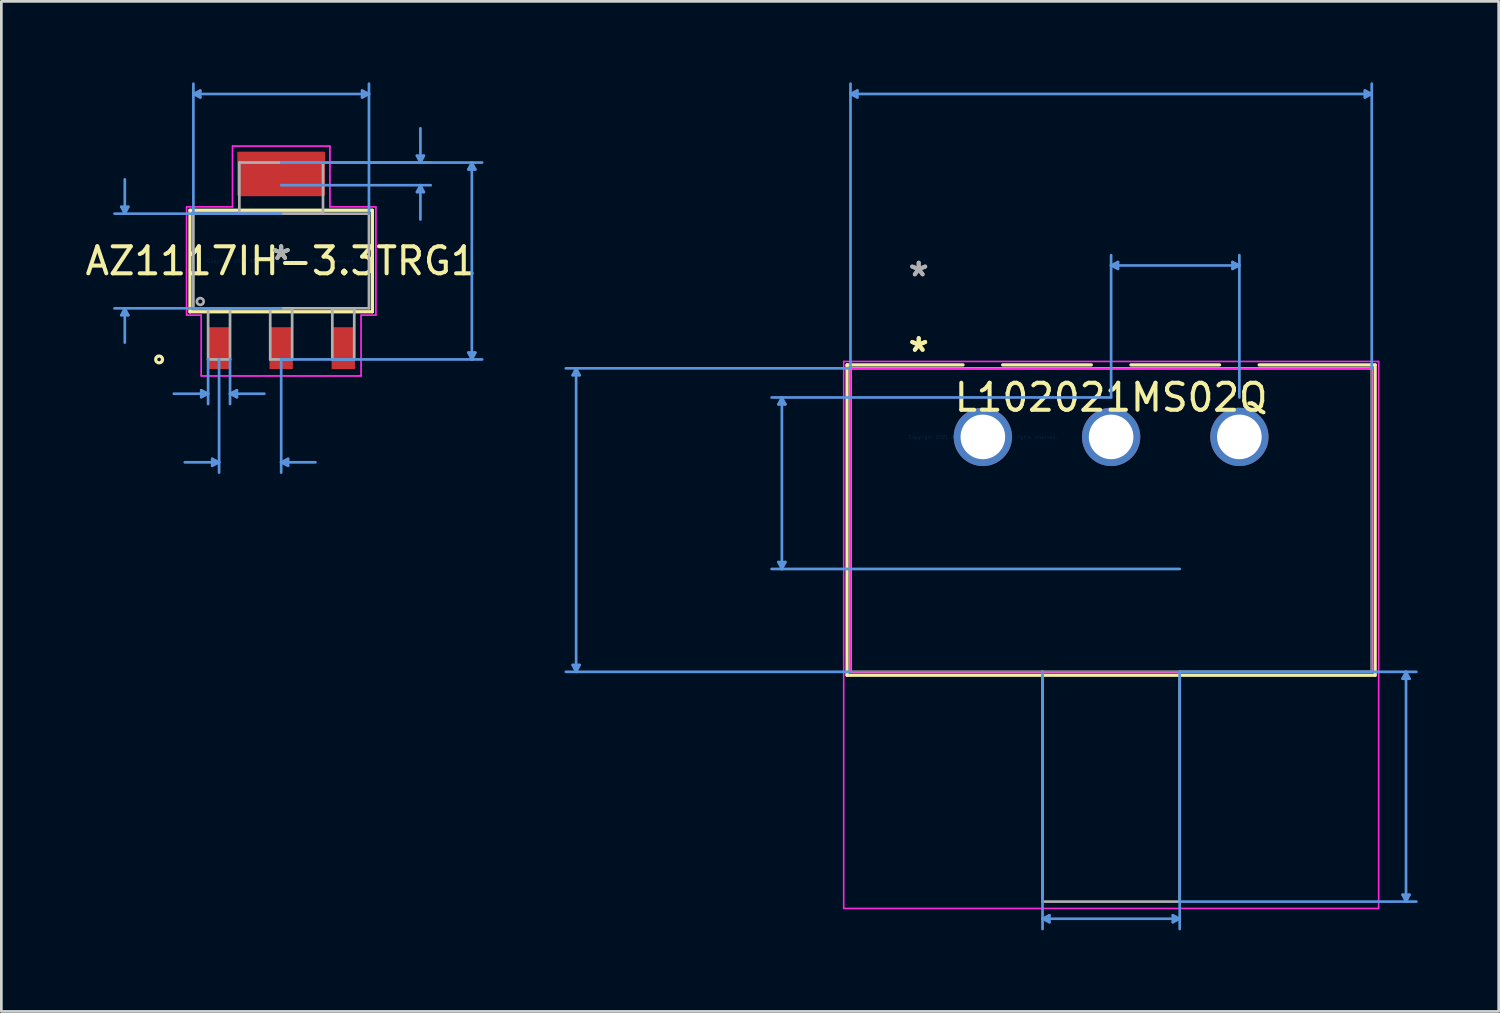
<source format=kicad_pcb>
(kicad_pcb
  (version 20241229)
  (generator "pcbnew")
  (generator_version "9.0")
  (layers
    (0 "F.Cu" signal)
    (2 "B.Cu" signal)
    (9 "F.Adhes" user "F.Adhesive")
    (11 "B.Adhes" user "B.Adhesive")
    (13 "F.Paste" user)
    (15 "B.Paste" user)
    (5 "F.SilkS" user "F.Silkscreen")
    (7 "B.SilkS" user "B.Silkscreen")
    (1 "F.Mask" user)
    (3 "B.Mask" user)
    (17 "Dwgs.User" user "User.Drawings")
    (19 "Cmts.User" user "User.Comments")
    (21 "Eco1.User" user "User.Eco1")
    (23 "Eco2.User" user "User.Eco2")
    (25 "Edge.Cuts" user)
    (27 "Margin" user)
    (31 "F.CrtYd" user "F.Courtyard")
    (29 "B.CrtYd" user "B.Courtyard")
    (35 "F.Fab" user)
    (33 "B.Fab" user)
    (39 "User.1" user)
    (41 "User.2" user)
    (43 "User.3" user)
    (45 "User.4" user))
  (footprint "AZ1117IH-3.3TRG1"
    (layer "F.Cu")
    (at 7.363 6.616)
    (property "Reference" "AZ1117IH-3.3TRG1" (at 0 0 0) (layer "F.SilkS") (effects (font (size 1 1) (thickness 0.15))))
    (attr through_hole)
    (fp_poly (pts (xy 1.575 -4) (xy -1.575 -4) (xy -1.575 -2.451) (xy 1.575 -2.451)) (stroke (width 0.1) (type solid)) (fill yes) (layer "F.Cu"))
    (fp_poly (pts (xy 1.6 -4.356) (xy -1.6 -4.356) (xy -1.6 -2.095) (xy 1.6 -2.095)) (stroke (width 0.1) (type solid)) (fill yes) (layer "F.Mask"))
    (fp_line (start -3.378 -1.88) (end -3.378 1.88) (stroke (width 0.12) (type solid)) (layer "F.SilkS"))
    (fp_line (start -3.378 1.88) (end 3.378 1.88) (stroke (width 0.12) (type solid)) (layer "F.SilkS"))
    (fp_line (start 3.378 -1.88) (end -3.378 -1.88) (stroke (width 0.12) (type solid)) (layer "F.SilkS"))
    (fp_line (start 3.378 1.88) (end 3.378 -1.88) (stroke (width 0.12) (type solid)) (layer "F.SilkS"))
    (fp_circle (center -4.521 3.645) (end -4.394 3.645) (stroke (width 0.12) (type solid)) (fill no) (layer "F.SilkS"))
    (fp_poly (pts (xy 1.575 -4) (xy -1.575 -4) (xy -1.575 -2.451) (xy 1.575 -2.451)) (stroke (width 0.1) (type solid)) (fill yes) (layer "F.Paste"))
    (fp_line (start -5.918 -2.007) (end -5.664 -2.007) (stroke (width 0.1) (type solid)) (layer "Cmts.User"))
    (fp_line (start -5.918 2.007) (end -5.664 2.007) (stroke (width 0.1) (type solid)) (layer "Cmts.User"))
    (fp_line (start -5.791 -1.753) (end -5.918 -2.007) (stroke (width 0.1) (type solid)) (layer "Cmts.User"))
    (fp_line (start -5.791 -1.753) (end -5.791 -3.023) (stroke (width 0.1) (type solid)) (layer "Cmts.User"))
    (fp_line (start -5.791 -1.753) (end -5.664 -2.007) (stroke (width 0.1) (type solid)) (layer "Cmts.User"))
    (fp_line (start -5.791 1.753) (end -5.918 2.007) (stroke (width 0.1) (type solid)) (layer "Cmts.User"))
    (fp_line (start -5.791 1.753) (end -5.791 3.023) (stroke (width 0.1) (type solid)) (layer "Cmts.User"))
    (fp_line (start -5.791 1.753) (end -5.664 2.007) (stroke (width 0.1) (type solid)) (layer "Cmts.User"))
    (fp_line (start -3.251 -6.185) (end -2.997 -6.312) (stroke (width 0.1) (type solid)) (layer "Cmts.User"))
    (fp_line (start -3.251 -6.185) (end -2.997 -6.058) (stroke (width 0.1) (type solid)) (layer "Cmts.User"))
    (fp_line (start -3.251 -6.185) (end 3.251 -6.185) (stroke (width 0.1) (type solid)) (layer "Cmts.User"))
    (fp_line (start -3.251 -1.753) (end -3.251 -6.566) (stroke (width 0.1) (type solid)) (layer "Cmts.User"))
    (fp_line (start -2.997 -6.312) (end -2.997 -6.058) (stroke (width 0.1) (type solid)) (layer "Cmts.User"))
    (fp_line (start -2.96 4.788) (end -2.96 5.042) (stroke (width 0.1) (type solid)) (layer "Cmts.User"))
    (fp_line (start -2.706 3.645) (end -2.706 5.296) (stroke (width 0.1) (type solid)) (layer "Cmts.User"))
    (fp_line (start -2.706 4.915) (end -3.976 4.915) (stroke (width 0.1) (type solid)) (layer "Cmts.User"))
    (fp_line (start -2.706 4.915) (end -2.96 4.788) (stroke (width 0.1) (type solid)) (layer "Cmts.User"))
    (fp_line (start -2.706 4.915) (end -2.96 5.042) (stroke (width 0.1) (type solid)) (layer "Cmts.User"))
    (fp_line (start -2.554 7.328) (end -2.554 7.582) (stroke (width 0.1) (type solid)) (layer "Cmts.User"))
    (fp_line (start -2.3 3.645) (end -2.3 7.836) (stroke (width 0.1) (type solid)) (layer "Cmts.User"))
    (fp_line (start -2.3 7.455) (end -3.57 7.455) (stroke (width 0.1) (type solid)) (layer "Cmts.User"))
    (fp_line (start -2.3 7.455) (end -2.554 7.328) (stroke (width 0.1) (type solid)) (layer "Cmts.User"))
    (fp_line (start -2.3 7.455) (end -2.554 7.582) (stroke (width 0.1) (type solid)) (layer "Cmts.User"))
    (fp_line (start -1.894 3.645) (end -1.894 5.296) (stroke (width 0.1) (type solid)) (layer "Cmts.User"))
    (fp_line (start -1.894 4.915) (end -1.64 4.788) (stroke (width 0.1) (type solid)) (layer "Cmts.User"))
    (fp_line (start -1.894 4.915) (end -1.64 5.042) (stroke (width 0.1) (type solid)) (layer "Cmts.User"))
    (fp_line (start -1.894 4.915) (end -0.624 4.915) (stroke (width 0.1) (type solid)) (layer "Cmts.User"))
    (fp_line (start -1.64 4.788) (end -1.64 5.042) (stroke (width 0.1) (type solid)) (layer "Cmts.User"))
    (fp_line (start 0 -3.645) (end 5.537 -3.645) (stroke (width 0.1) (type solid)) (layer "Cmts.User"))
    (fp_line (start 0 -3.645) (end 7.442 -3.645) (stroke (width 0.1) (type solid)) (layer "Cmts.User"))
    (fp_line (start 0 -2.807) (end 5.537 -2.807) (stroke (width 0.1) (type solid)) (layer "Cmts.User"))
    (fp_line (start 0 -1.753) (end -6.172 -1.753) (stroke (width 0.1) (type solid)) (layer "Cmts.User"))
    (fp_line (start 0 1.753) (end -6.172 1.753) (stroke (width 0.1) (type solid)) (layer "Cmts.User"))
    (fp_line (start 0 3.645) (end 0 7.836) (stroke (width 0.1) (type solid)) (layer "Cmts.User"))
    (fp_line (start 0 3.645) (end 7.442 3.645) (stroke (width 0.1) (type solid)) (layer "Cmts.User"))
    (fp_line (start 0 7.455) (end 0.254 7.328) (stroke (width 0.1) (type solid)) (layer "Cmts.User"))
    (fp_line (start 0 7.455) (end 0.254 7.582) (stroke (width 0.1) (type solid)) (layer "Cmts.User"))
    (fp_line (start 0 7.455) (end 1.27 7.455) (stroke (width 0.1) (type solid)) (layer "Cmts.User"))
    (fp_line (start 0.254 7.328) (end 0.254 7.582) (stroke (width 0.1) (type solid)) (layer "Cmts.User"))
    (fp_line (start 2.997 -6.312) (end 2.997 -6.058) (stroke (width 0.1) (type solid)) (layer "Cmts.User"))
    (fp_line (start 3.251 -6.185) (end 2.997 -6.312) (stroke (width 0.1) (type solid)) (layer "Cmts.User"))
    (fp_line (start 3.251 -6.185) (end 2.997 -6.058) (stroke (width 0.1) (type solid)) (layer "Cmts.User"))
    (fp_line (start 3.251 -1.753) (end 3.251 -6.566) (stroke (width 0.1) (type solid)) (layer "Cmts.User"))
    (fp_line (start 5.029 -3.899) (end 5.283 -3.899) (stroke (width 0.1) (type solid)) (layer "Cmts.User"))
    (fp_line (start 5.029 -2.553) (end 5.283 -2.553) (stroke (width 0.1) (type solid)) (layer "Cmts.User"))
    (fp_line (start 5.156 -3.645) (end 5.029 -3.899) (stroke (width 0.1) (type solid)) (layer "Cmts.User"))
    (fp_line (start 5.156 -3.645) (end 5.156 -4.915) (stroke (width 0.1) (type solid)) (layer "Cmts.User"))
    (fp_line (start 5.156 -3.645) (end 5.283 -3.899) (stroke (width 0.1) (type solid)) (layer "Cmts.User"))
    (fp_line (start 5.156 -2.807) (end 5.029 -2.553) (stroke (width 0.1) (type solid)) (layer "Cmts.User"))
    (fp_line (start 5.156 -2.807) (end 5.156 -1.537) (stroke (width 0.1) (type solid)) (layer "Cmts.User"))
    (fp_line (start 5.156 -2.807) (end 5.283 -2.553) (stroke (width 0.1) (type solid)) (layer "Cmts.User"))
    (fp_line (start 6.934 -3.391) (end 7.188 -3.391) (stroke (width 0.1) (type solid)) (layer "Cmts.User"))
    (fp_line (start 6.934 3.391) (end 7.188 3.391) (stroke (width 0.1) (type solid)) (layer "Cmts.User"))
    (fp_line (start 7.061 -3.645) (end 6.934 -3.391) (stroke (width 0.1) (type solid)) (layer "Cmts.User"))
    (fp_line (start 7.061 -3.645) (end 7.061 3.645) (stroke (width 0.1) (type solid)) (layer "Cmts.User"))
    (fp_line (start 7.061 -3.645) (end 7.188 -3.391) (stroke (width 0.1) (type solid)) (layer "Cmts.User"))
    (fp_line (start 7.061 3.645) (end 6.934 3.391) (stroke (width 0.1) (type solid)) (layer "Cmts.User"))
    (fp_line (start 7.061 3.645) (end 7.188 3.391) (stroke (width 0.1) (type solid)) (layer "Cmts.User"))
    (fp_line (start -3.505 -2.007) (end -1.803 -2.007) (stroke (width 0.05) (type solid)) (layer "F.CrtYd"))
    (fp_line (start -3.505 -2.007) (end -1.803 -2.007) (stroke (width 0.05) (type solid)) (layer "F.CrtYd"))
    (fp_line (start -3.505 2.007) (end -3.505 -2.007) (stroke (width 0.05) (type solid)) (layer "F.CrtYd"))
    (fp_line (start -3.505 2.007) (end -3.505 -2.007) (stroke (width 0.05) (type solid)) (layer "F.CrtYd"))
    (fp_line (start -2.96 2.007) (end -3.505 2.007) (stroke (width 0.05) (type solid)) (layer "F.CrtYd"))
    (fp_line (start -2.96 2.007) (end -3.505 2.007) (stroke (width 0.05) (type solid)) (layer "F.CrtYd"))
    (fp_line (start -2.96 4.255) (end -2.96 2.007) (stroke (width 0.05) (type solid)) (layer "F.CrtYd"))
    (fp_line (start -2.96 4.255) (end -2.96 2.007) (stroke (width 0.05) (type solid)) (layer "F.CrtYd"))
    (fp_line (start -1.803 -4.255) (end 1.803 -4.255) (stroke (width 0.05) (type solid)) (layer "F.CrtYd"))
    (fp_line (start -1.803 -4.255) (end 1.803 -4.255) (stroke (width 0.05) (type solid)) (layer "F.CrtYd"))
    (fp_line (start -1.803 -2.007) (end -1.803 -4.255) (stroke (width 0.05) (type solid)) (layer "F.CrtYd"))
    (fp_line (start -1.803 -2.007) (end -1.803 -4.255) (stroke (width 0.05) (type solid)) (layer "F.CrtYd"))
    (fp_line (start 1.803 -4.255) (end 1.803 -2.007) (stroke (width 0.05) (type solid)) (layer "F.CrtYd"))
    (fp_line (start 1.803 -4.255) (end 1.803 -2.007) (stroke (width 0.05) (type solid)) (layer "F.CrtYd"))
    (fp_line (start 1.803 -2.007) (end 3.505 -2.007) (stroke (width 0.05) (type solid)) (layer "F.CrtYd"))
    (fp_line (start 1.803 -2.007) (end 3.505 -2.007) (stroke (width 0.05) (type solid)) (layer "F.CrtYd"))
    (fp_line (start 2.96 2.007) (end 2.96 4.255) (stroke (width 0.05) (type solid)) (layer "F.CrtYd"))
    (fp_line (start 2.96 2.007) (end 2.96 4.255) (stroke (width 0.05) (type solid)) (layer "F.CrtYd"))
    (fp_line (start 2.96 4.255) (end -2.96 4.255) (stroke (width 0.05) (type solid)) (layer "F.CrtYd"))
    (fp_line (start 2.96 4.255) (end -2.96 4.255) (stroke (width 0.05) (type solid)) (layer "F.CrtYd"))
    (fp_line (start 3.505 -2.007) (end 3.505 2.007) (stroke (width 0.05) (type solid)) (layer "F.CrtYd"))
    (fp_line (start 3.505 -2.007) (end 3.505 2.007) (stroke (width 0.05) (type solid)) (layer "F.CrtYd"))
    (fp_line (start 3.505 2.007) (end 2.96 2.007) (stroke (width 0.05) (type solid)) (layer "F.CrtYd"))
    (fp_line (start 3.505 2.007) (end 2.96 2.007) (stroke (width 0.05) (type solid)) (layer "F.CrtYd"))
    (fp_line (start -3.251 -1.753) (end -3.251 1.753) (stroke (width 0.1) (type solid)) (layer "F.Fab"))
    (fp_line (start -3.251 1.753) (end 3.251 1.753) (stroke (width 0.1) (type solid)) (layer "F.Fab"))
    (fp_line (start -2.706 1.753) (end -2.706 3.645) (stroke (width 0.1) (type solid)) (layer "F.Fab"))
    (fp_line (start -2.706 3.645) (end -1.894 3.645) (stroke (width 0.1) (type solid)) (layer "F.Fab"))
    (fp_line (start -1.894 1.753) (end -2.706 1.753) (stroke (width 0.1) (type solid)) (layer "F.Fab"))
    (fp_line (start -1.894 3.645) (end -1.894 1.753) (stroke (width 0.1) (type solid)) (layer "F.Fab"))
    (fp_line (start -1.549 -3.645) (end -1.549 -1.753) (stroke (width 0.1) (type solid)) (layer "F.Fab"))
    (fp_line (start -1.549 -1.753) (end 1.549 -1.753) (stroke (width 0.1) (type solid)) (layer "F.Fab"))
    (fp_line (start -0.406 1.753) (end -0.406 3.645) (stroke (width 0.1) (type solid)) (layer "F.Fab"))
    (fp_line (start -0.406 3.645) (end 0.406 3.645) (stroke (width 0.1) (type solid)) (layer "F.Fab"))
    (fp_line (start 0.406 1.753) (end -0.406 1.753) (stroke (width 0.1) (type solid)) (layer "F.Fab"))
    (fp_line (start 0.406 3.645) (end 0.406 1.753) (stroke (width 0.1) (type solid)) (layer "F.Fab"))
    (fp_line (start 1.549 -3.645) (end -1.549 -3.645) (stroke (width 0.1) (type solid)) (layer "F.Fab"))
    (fp_line (start 1.549 -1.753) (end 1.549 -3.645) (stroke (width 0.1) (type solid)) (layer "F.Fab"))
    (fp_line (start 1.894 1.753) (end 1.894 3.645) (stroke (width 0.1) (type solid)) (layer "F.Fab"))
    (fp_line (start 1.894 3.645) (end 2.706 3.645) (stroke (width 0.1) (type solid)) (layer "F.Fab"))
    (fp_line (start 2.706 1.753) (end 1.894 1.753) (stroke (width 0.1) (type solid)) (layer "F.Fab"))
    (fp_line (start 2.706 3.645) (end 2.706 1.753) (stroke (width 0.1) (type solid)) (layer "F.Fab"))
    (fp_line (start 3.251 -1.753) (end -3.251 -1.753) (stroke (width 0.1) (type solid)) (layer "F.Fab"))
    (fp_line (start 3.251 1.753) (end 3.251 -1.753) (stroke (width 0.1) (type solid)) (layer "F.Fab"))
    (fp_circle (center -2.997 1.499) (end -2.87 1.499) (stroke (width 0.1) (type solid)) (fill no) (layer "F.Fab"))
    (fp_text user "*" (at 0 0 0) (layer "F.SilkS") (effects (font (size 1 1) (thickness 0.15))))
    (fp_text user "Copyright 2021 Accelerated Designs. All rights reserved." (at 0 0 0) (layer "Cmts.User") (effects (font (size 0.127 0.127) (thickness 0.002))))
    (fp_text user "*" (at 0 0 0) (layer "F.Fab") (effects (font (size 1 1) (thickness 0.15))))
    (pad "1" smd rect (at -2.3 3.226) (size 0.864 1.549) (layers "F.Cu" "F.Mask" "F.Paste"))
    (pad "2" smd rect (at 0 3.226) (size 0.864 1.549) (layers "F.Cu" "F.Mask" "F.Paste"))
    (pad "3" smd rect (at 2.3 3.226) (size 0.864 1.549) (layers "F.Cu" "F.Mask" "F.Paste")))
  (footprint "L102021MS02Q"
    (layer "F.Cu")
    (at 33.348 13.13)
    (property "Reference" "L102021MS02Q" (at 4.75 -1.46 0) (layer "F.SilkS") (effects (font (size 1 1) (thickness 0.15))))
    (attr through_hole)
    (fp_line (start -5.029 -2.667) (end -5.029 8.827) (stroke (width 0.12) (type solid)) (layer "F.SilkS"))
    (fp_line (start -5.029 8.827) (end 14.529 8.827) (stroke (width 0.12) (type solid)) (layer "F.SilkS"))
    (fp_line (start -0.734 -2.667) (end -5.029 -2.667) (stroke (width 0.12) (type solid)) (layer "F.SilkS"))
    (fp_line (start 4.016 -2.667) (end 0.734 -2.667) (stroke (width 0.12) (type solid)) (layer "F.SilkS"))
    (fp_line (start 8.766 -2.667) (end 5.484 -2.667) (stroke (width 0.12) (type solid)) (layer "F.SilkS"))
    (fp_line (start 14.529 -2.667) (end 10.234 -2.667) (stroke (width 0.12) (type solid)) (layer "F.SilkS"))
    (fp_line (start 14.529 8.827) (end 14.529 -2.667) (stroke (width 0.12) (type solid)) (layer "F.SilkS"))
    (fp_line (start -15.189 -2.285) (end -14.935 -2.285) (stroke (width 0.1) (type solid)) (layer "Cmts.User"))
    (fp_line (start -15.189 8.446) (end -14.935 8.446) (stroke (width 0.1) (type solid)) (layer "Cmts.User"))
    (fp_line (start -15.062 -2.539) (end -15.189 -2.285) (stroke (width 0.1) (type solid)) (layer "Cmts.User"))
    (fp_line (start -15.062 -2.539) (end -15.062 8.7) (stroke (width 0.1) (type solid)) (layer "Cmts.User"))
    (fp_line (start -15.062 -2.539) (end -14.935 -2.285) (stroke (width 0.1) (type solid)) (layer "Cmts.User"))
    (fp_line (start -15.062 8.7) (end -15.189 8.446) (stroke (width 0.1) (type solid)) (layer "Cmts.User"))
    (fp_line (start -15.062 8.7) (end -14.935 8.446) (stroke (width 0.1) (type solid)) (layer "Cmts.User"))
    (fp_line (start -7.569 -1.206) (end -7.315 -1.206) (stroke (width 0.1) (type solid)) (layer "Cmts.User"))
    (fp_line (start -7.569 4.636) (end -7.315 4.636) (stroke (width 0.1) (type solid)) (layer "Cmts.User"))
    (fp_line (start -7.442 -1.46) (end -7.569 -1.206) (stroke (width 0.1) (type solid)) (layer "Cmts.User"))
    (fp_line (start -7.442 -1.46) (end -7.442 4.89) (stroke (width 0.1) (type solid)) (layer "Cmts.User"))
    (fp_line (start -7.442 -1.46) (end -7.315 -1.206) (stroke (width 0.1) (type solid)) (layer "Cmts.User"))
    (fp_line (start -7.442 4.89) (end -7.569 4.636) (stroke (width 0.1) (type solid)) (layer "Cmts.User"))
    (fp_line (start -7.442 4.89) (end -7.315 4.636) (stroke (width 0.1) (type solid)) (layer "Cmts.User"))
    (fp_line (start -4.902 -12.7) (end -4.648 -12.826) (stroke (width 0.1) (type solid)) (layer "Cmts.User"))
    (fp_line (start -4.902 -12.7) (end -4.648 -12.572) (stroke (width 0.1) (type solid)) (layer "Cmts.User"))
    (fp_line (start -4.902 -12.7) (end 14.402 -12.7) (stroke (width 0.1) (type solid)) (layer "Cmts.User"))
    (fp_line (start -4.902 -2.539) (end -15.443 -2.539) (stroke (width 0.1) (type solid)) (layer "Cmts.User"))
    (fp_line (start -4.902 -2.539) (end -4.902 -13.081) (stroke (width 0.1) (type solid)) (layer "Cmts.User"))
    (fp_line (start -4.902 8.7) (end -15.443 8.7) (stroke (width 0.1) (type solid)) (layer "Cmts.User"))
    (fp_line (start -4.648 -12.826) (end -4.648 -12.572) (stroke (width 0.1) (type solid)) (layer "Cmts.User"))
    (fp_line (start 2.21 8.7) (end 2.21 18.225) (stroke (width 0.1) (type solid)) (layer "Cmts.User"))
    (fp_line (start 2.21 17.844) (end 2.464 17.717) (stroke (width 0.1) (type solid)) (layer "Cmts.User"))
    (fp_line (start 2.21 17.844) (end 2.464 17.971) (stroke (width 0.1) (type solid)) (layer "Cmts.User"))
    (fp_line (start 2.21 17.844) (end 7.29 17.844) (stroke (width 0.1) (type solid)) (layer "Cmts.User"))
    (fp_line (start 2.464 17.717) (end 2.464 17.971) (stroke (width 0.1) (type solid)) (layer "Cmts.User"))
    (fp_line (start 4.75 -6.349) (end 5.004 -6.476) (stroke (width 0.1) (type solid)) (layer "Cmts.User"))
    (fp_line (start 4.75 -6.349) (end 5.004 -6.223) (stroke (width 0.1) (type solid)) (layer "Cmts.User"))
    (fp_line (start 4.75 -6.349) (end 9.5 -6.349) (stroke (width 0.1) (type solid)) (layer "Cmts.User"))
    (fp_line (start 4.75 -1.46) (end -7.823 -1.46) (stroke (width 0.1) (type solid)) (layer "Cmts.User"))
    (fp_line (start 4.75 -1.46) (end 4.75 -6.731) (stroke (width 0.1) (type solid)) (layer "Cmts.User"))
    (fp_line (start 5.004 -6.476) (end 5.004 -6.223) (stroke (width 0.1) (type solid)) (layer "Cmts.User"))
    (fp_line (start 7.036 17.717) (end 7.036 17.971) (stroke (width 0.1) (type solid)) (layer "Cmts.User"))
    (fp_line (start 7.29 4.89) (end -7.823 4.89) (stroke (width 0.1) (type solid)) (layer "Cmts.User"))
    (fp_line (start 7.29 8.7) (end 7.29 18.225) (stroke (width 0.1) (type solid)) (layer "Cmts.User"))
    (fp_line (start 7.29 8.7) (end 16.053 8.7) (stroke (width 0.1) (type solid)) (layer "Cmts.User"))
    (fp_line (start 7.29 17.209) (end 16.053 17.209) (stroke (width 0.1) (type solid)) (layer "Cmts.User"))
    (fp_line (start 7.29 17.844) (end 7.036 17.717) (stroke (width 0.1) (type solid)) (layer "Cmts.User"))
    (fp_line (start 7.29 17.844) (end 7.036 17.971) (stroke (width 0.1) (type solid)) (layer "Cmts.User"))
    (fp_line (start 9.246 -6.476) (end 9.246 -6.223) (stroke (width 0.1) (type solid)) (layer "Cmts.User"))
    (fp_line (start 9.5 -6.349) (end 9.246 -6.476) (stroke (width 0.1) (type solid)) (layer "Cmts.User"))
    (fp_line (start 9.5 -6.349) (end 9.246 -6.223) (stroke (width 0.1) (type solid)) (layer "Cmts.User"))
    (fp_line (start 9.5 -1.46) (end 9.5 -6.731) (stroke (width 0.1) (type solid)) (layer "Cmts.User"))
    (fp_line (start 14.148 -12.826) (end 14.148 -12.572) (stroke (width 0.1) (type solid)) (layer "Cmts.User"))
    (fp_line (start 14.402 -12.7) (end 14.148 -12.826) (stroke (width 0.1) (type solid)) (layer "Cmts.User"))
    (fp_line (start 14.402 -12.7) (end 14.148 -12.572) (stroke (width 0.1) (type solid)) (layer "Cmts.User"))
    (fp_line (start 14.402 -2.539) (end 14.402 -13.081) (stroke (width 0.1) (type solid)) (layer "Cmts.User"))
    (fp_line (start 15.545 8.954) (end 15.799 8.954) (stroke (width 0.1) (type solid)) (layer "Cmts.User"))
    (fp_line (start 15.545 16.955) (end 15.799 16.955) (stroke (width 0.1) (type solid)) (layer "Cmts.User"))
    (fp_line (start 15.672 8.7) (end 15.545 8.954) (stroke (width 0.1) (type solid)) (layer "Cmts.User"))
    (fp_line (start 15.672 8.7) (end 15.672 17.209) (stroke (width 0.1) (type solid)) (layer "Cmts.User"))
    (fp_line (start 15.672 8.7) (end 15.799 8.954) (stroke (width 0.1) (type solid)) (layer "Cmts.User"))
    (fp_line (start 15.672 17.209) (end 15.545 16.955) (stroke (width 0.1) (type solid)) (layer "Cmts.User"))
    (fp_line (start 15.672 17.209) (end 15.799 16.955) (stroke (width 0.1) (type solid)) (layer "Cmts.User"))
    (fp_line (start -5.156 -2.793) (end -5.156 17.463) (stroke (width 0.05) (type solid)) (layer "F.CrtYd"))
    (fp_line (start -5.156 -2.793) (end -5.156 17.463) (stroke (width 0.05) (type solid)) (layer "F.CrtYd"))
    (fp_line (start -5.156 17.463) (end 14.656 17.463) (stroke (width 0.05) (type solid)) (layer "F.CrtYd"))
    (fp_line (start -5.156 17.463) (end 14.656 17.463) (stroke (width 0.05) (type solid)) (layer "F.CrtYd"))
    (fp_line (start -4.902 -2.539) (end -4.902 8.7) (stroke (width 0.05) (type solid)) (layer "F.CrtYd"))
    (fp_line (start -4.902 8.7) (end 14.402 8.7) (stroke (width 0.05) (type solid)) (layer "F.CrtYd"))
    (fp_line (start 14.402 -2.539) (end -4.902 -2.539) (stroke (width 0.05) (type solid)) (layer "F.CrtYd"))
    (fp_line (start 14.402 8.7) (end 14.402 -2.539) (stroke (width 0.05) (type solid)) (layer "F.CrtYd"))
    (fp_line (start 14.656 -2.793) (end -5.156 -2.793) (stroke (width 0.05) (type solid)) (layer "F.CrtYd"))
    (fp_line (start 14.656 -2.793) (end -5.156 -2.793) (stroke (width 0.05) (type solid)) (layer "F.CrtYd"))
    (fp_line (start 14.656 17.463) (end 14.656 -2.793) (stroke (width 0.05) (type solid)) (layer "F.CrtYd"))
    (fp_line (start 14.656 17.463) (end 14.656 -2.793) (stroke (width 0.05) (type solid)) (layer "F.CrtYd"))
    (fp_line (start -4.902 -2.539) (end -4.902 8.7) (stroke (width 0.1) (type solid)) (layer "F.Fab"))
    (fp_line (start -4.902 8.7) (end 14.402 8.7) (stroke (width 0.1) (type solid)) (layer "F.Fab"))
    (fp_line (start 2.21 8.7) (end 2.21 17.209) (stroke (width 0.1) (type solid)) (layer "F.Fab"))
    (fp_line (start 2.21 17.209) (end 7.29 17.209) (stroke (width 0.1) (type solid)) (layer "F.Fab"))
    (fp_line (start 7.29 8.7) (end 7.29 17.209) (stroke (width 0.1) (type solid)) (layer "F.Fab"))
    (fp_line (start 14.402 -2.539) (end -4.902 -2.539) (stroke (width 0.1) (type solid)) (layer "F.Fab"))
    (fp_line (start 14.402 8.7) (end 14.402 -2.539) (stroke (width 0.1) (type solid)) (layer "F.Fab"))
    (fp_text user "*" (at -2.375 -3.111 0) (layer "F.SilkS") (effects (font (size 1 1) (thickness 0.15))))
    (fp_text user "*" (at -2.375 -3.111 0) (layer "F.SilkS") (effects (font (size 1 1) (thickness 0.15))))
    (fp_text user "Copyright 2021 Accelerated Designs. All rights reserved." (at 0 0 0) (layer "Cmts.User") (effects (font (size 0.127 0.127) (thickness 0.002))))
    (fp_text user "*" (at -2.375 -5.905 0) (layer "F.Fab") (effects (font (size 1 1) (thickness 0.15))))
    (fp_text user "*" (at -2.375 -5.905 0) (layer "F.Fab") (effects (font (size 1 1) (thickness 0.15))))
    (pad "1" thru_hole circle (at 0 0) (size 2.159 2.159) (drill 1.651) (layers "*.Cu" "*.Mask"))
    (pad "2" thru_hole circle (at 4.75 0) (size 2.159 2.159) (drill 1.651) (layers "*.Cu" "*.Mask"))
    (pad "3" thru_hole circle (at 9.5 0) (size 2.159 2.159) (drill 1.651) (layers "*.Cu" "*.Mask")))
  (gr_rect
    (start -3 -3)
    (end 52.451 34.406)
    (stroke (width 0.1) (type default))
    (fill no)
    (layer "Edge.Cuts")))
</source>
